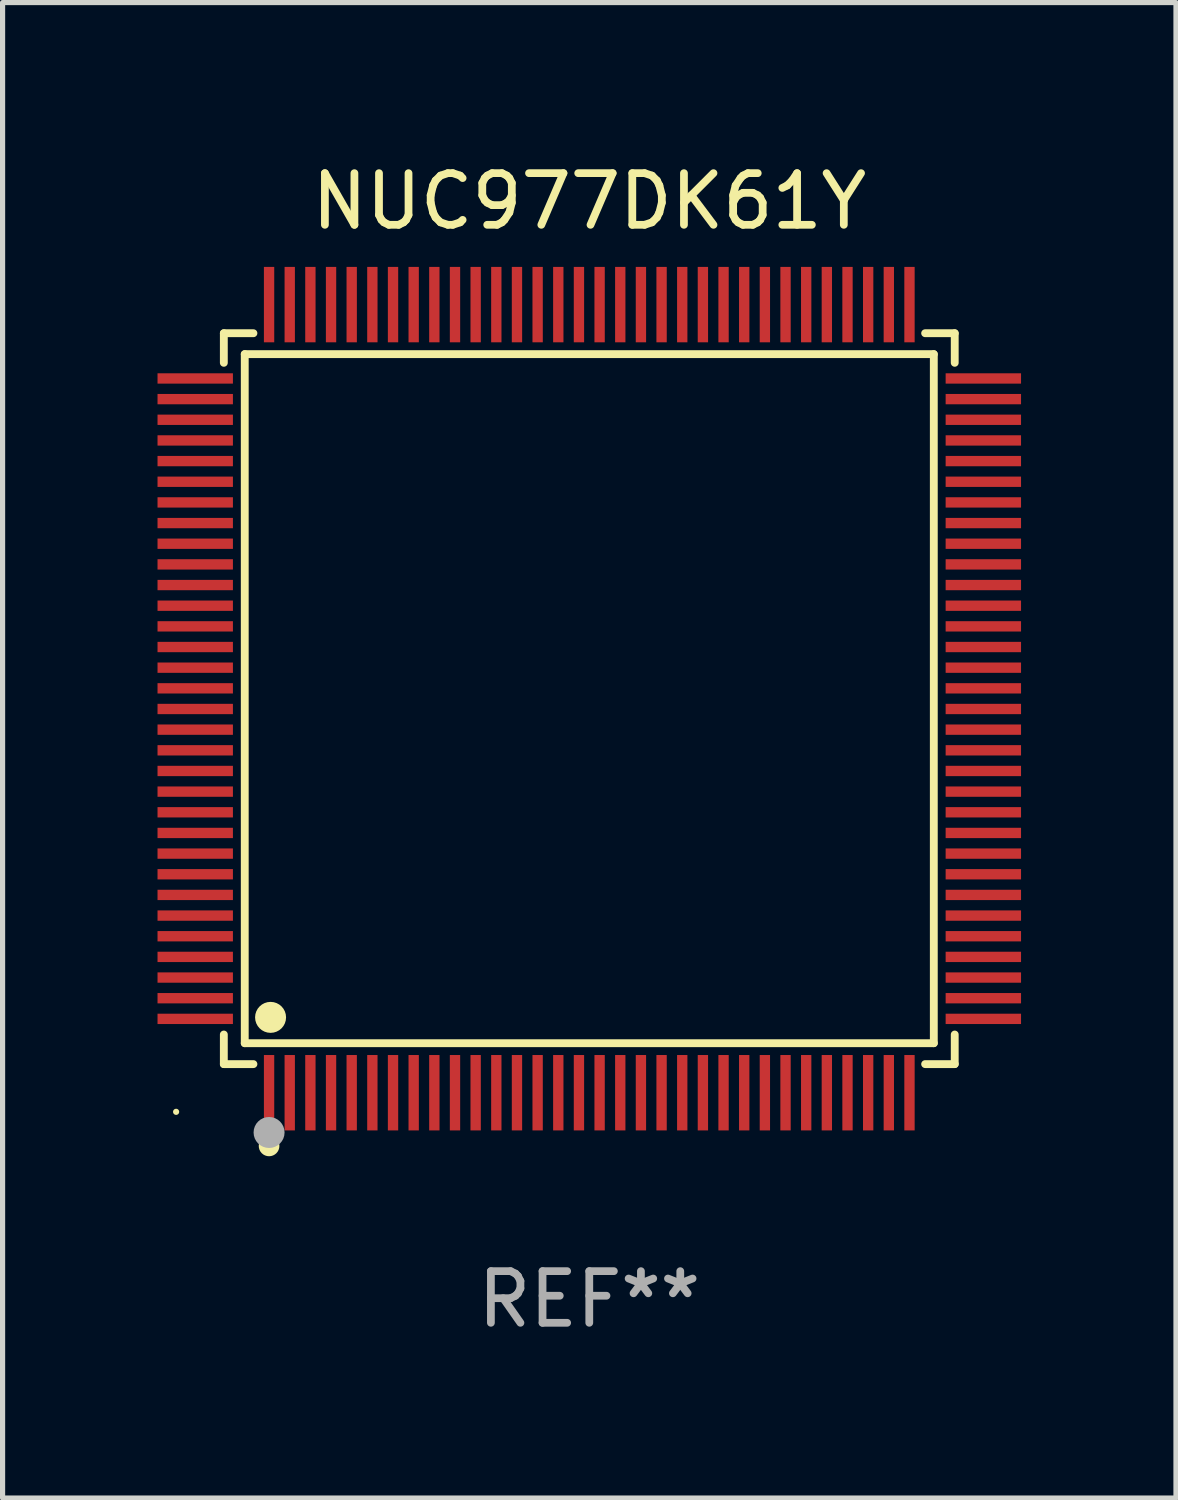
<source format=kicad_pcb>
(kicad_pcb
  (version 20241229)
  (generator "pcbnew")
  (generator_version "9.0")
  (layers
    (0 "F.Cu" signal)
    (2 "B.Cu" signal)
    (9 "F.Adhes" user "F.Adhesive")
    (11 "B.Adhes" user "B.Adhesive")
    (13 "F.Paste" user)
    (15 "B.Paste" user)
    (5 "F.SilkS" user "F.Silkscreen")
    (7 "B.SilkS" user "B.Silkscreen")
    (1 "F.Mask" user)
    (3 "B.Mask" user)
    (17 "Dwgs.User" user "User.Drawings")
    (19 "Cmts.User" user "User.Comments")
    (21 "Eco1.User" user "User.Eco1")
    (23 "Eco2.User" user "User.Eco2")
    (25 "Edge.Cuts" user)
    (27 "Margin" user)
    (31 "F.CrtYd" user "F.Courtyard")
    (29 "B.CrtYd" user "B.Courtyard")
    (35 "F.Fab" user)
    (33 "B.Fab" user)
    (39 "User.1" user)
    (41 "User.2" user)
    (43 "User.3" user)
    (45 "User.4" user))
  (footprint "NUC977DK61Y"
    (layer "F.Cu")
    (at 8.36 10.478)
    (property "Reference" "NUC977DK61Y" (at 0 -9.63 0) (layer "F.SilkS") (effects (font (size 1 1) (thickness 0.15))))
    (attr through_hole)
    (fp_line (start -7.076 -7.076) (end -6.503 -7.076) (stroke (width 0.152) (type solid)) (layer "F.SilkS"))
    (fp_line (start -7.076 -6.503) (end -7.076 -7.076) (stroke (width 0.152) (type solid)) (layer "F.SilkS"))
    (fp_line (start -7.076 6.503) (end -7.076 7.076) (stroke (width 0.152) (type solid)) (layer "F.SilkS"))
    (fp_line (start -7.076 7.076) (end -6.503 7.076) (stroke (width 0.152) (type solid)) (layer "F.SilkS"))
    (fp_line (start -6.671 -6.671) (end 6.671 -6.671) (stroke (width 0.152) (type solid)) (layer "F.SilkS"))
    (fp_line (start -6.671 6.671) (end -6.671 -6.671) (stroke (width 0.152) (type solid)) (layer "F.SilkS"))
    (fp_line (start 6.671 -6.671) (end 6.671 6.671) (stroke (width 0.152) (type solid)) (layer "F.SilkS"))
    (fp_line (start 6.671 6.671) (end -6.671 6.671) (stroke (width 0.152) (type solid)) (layer "F.SilkS"))
    (fp_line (start 7.076 -7.076) (end 6.503 -7.076) (stroke (width 0.152) (type solid)) (layer "F.SilkS"))
    (fp_line (start 7.076 -6.503) (end 7.076 -7.076) (stroke (width 0.152) (type solid)) (layer "F.SilkS"))
    (fp_line (start 7.076 6.503) (end 7.076 7.076) (stroke (width 0.152) (type solid)) (layer "F.SilkS"))
    (fp_line (start 7.076 7.076) (end 6.503 7.076) (stroke (width 0.152) (type solid)) (layer "F.SilkS"))
    (fp_circle (center -8 8) (end -7.97 8) (stroke (width 0.06) (type solid)) (fill no) (layer "F.SilkS"))
    (fp_circle (center -6.2 8.66) (end -6.1 8.66) (stroke (width 0.2) (type solid)) (fill no) (layer "F.SilkS"))
    (fp_circle (center -6.171 6.171) (end -6.021 6.171) (stroke (width 0.3) (type solid)) (fill no) (layer "F.SilkS"))
    (fp_circle (center -6.2 8.4) (end -6.05 8.4) (stroke (width 0.3) (type solid)) (fill no) (layer "F.Fab"))
    (fp_text user "REF**" (at 0 11.63 0) (layer "F.Fab") (effects (font (size 1 1) (thickness 0.15))))
    (pad "1" smd rect (at -6.2 7.63) (size 0.2 1.46) (layers "F.Cu" "F.Mask" "F.Paste"))
    (pad "2" smd rect (at -5.8 7.63) (size 0.2 1.46) (layers "F.Cu" "F.Mask" "F.Paste"))
    (pad "3" smd rect (at -5.4 7.63) (size 0.2 1.46) (layers "F.Cu" "F.Mask" "F.Paste"))
    (pad "4" smd rect (at -5 7.63) (size 0.2 1.46) (layers "F.Cu" "F.Mask" "F.Paste"))
    (pad "5" smd rect (at -4.6 7.63) (size 0.2 1.46) (layers "F.Cu" "F.Mask" "F.Paste"))
    (pad "6" smd rect (at -4.2 7.63) (size 0.2 1.46) (layers "F.Cu" "F.Mask" "F.Paste"))
    (pad "7" smd rect (at -3.8 7.63) (size 0.2 1.46) (layers "F.Cu" "F.Mask" "F.Paste"))
    (pad "8" smd rect (at -3.4 7.63) (size 0.2 1.46) (layers "F.Cu" "F.Mask" "F.Paste"))
    (pad "9" smd rect (at -3 7.63) (size 0.2 1.46) (layers "F.Cu" "F.Mask" "F.Paste"))
    (pad "10" smd rect (at -2.6 7.63) (size 0.2 1.46) (layers "F.Cu" "F.Mask" "F.Paste"))
    (pad "11" smd rect (at -2.2 7.63) (size 0.2 1.46) (layers "F.Cu" "F.Mask" "F.Paste"))
    (pad "12" smd rect (at -1.8 7.63) (size 0.2 1.46) (layers "F.Cu" "F.Mask" "F.Paste"))
    (pad "13" smd rect (at -1.4 7.63) (size 0.2 1.46) (layers "F.Cu" "F.Mask" "F.Paste"))
    (pad "14" smd rect (at -1 7.63) (size 0.2 1.46) (layers "F.Cu" "F.Mask" "F.Paste"))
    (pad "15" smd rect (at -0.6 7.63) (size 0.2 1.46) (layers "F.Cu" "F.Mask" "F.Paste"))
    (pad "16" smd rect (at -0.2 7.63) (size 0.2 1.46) (layers "F.Cu" "F.Mask" "F.Paste"))
    (pad "17" smd rect (at 0.2 7.63) (size 0.2 1.46) (layers "F.Cu" "F.Mask" "F.Paste"))
    (pad "18" smd rect (at 0.6 7.63) (size 0.2 1.46) (layers "F.Cu" "F.Mask" "F.Paste"))
    (pad "19" smd rect (at 1 7.63) (size 0.2 1.46) (layers "F.Cu" "F.Mask" "F.Paste"))
    (pad "20" smd rect (at 1.4 7.63) (size 0.2 1.46) (layers "F.Cu" "F.Mask" "F.Paste"))
    (pad "21" smd rect (at 1.8 7.63) (size 0.2 1.46) (layers "F.Cu" "F.Mask" "F.Paste"))
    (pad "22" smd rect (at 2.2 7.63) (size 0.2 1.46) (layers "F.Cu" "F.Mask" "F.Paste"))
    (pad "23" smd rect (at 2.6 7.63) (size 0.2 1.46) (layers "F.Cu" "F.Mask" "F.Paste"))
    (pad "24" smd rect (at 3 7.63) (size 0.2 1.46) (layers "F.Cu" "F.Mask" "F.Paste"))
    (pad "25" smd rect (at 3.4 7.63) (size 0.2 1.46) (layers "F.Cu" "F.Mask" "F.Paste"))
    (pad "26" smd rect (at 3.8 7.63) (size 0.2 1.46) (layers "F.Cu" "F.Mask" "F.Paste"))
    (pad "27" smd rect (at 4.2 7.63) (size 0.2 1.46) (layers "F.Cu" "F.Mask" "F.Paste"))
    (pad "28" smd rect (at 4.6 7.63) (size 0.2 1.46) (layers "F.Cu" "F.Mask" "F.Paste"))
    (pad "29" smd rect (at 5 7.63) (size 0.2 1.46) (layers "F.Cu" "F.Mask" "F.Paste"))
    (pad "30" smd rect (at 5.4 7.63) (size 0.2 1.46) (layers "F.Cu" "F.Mask" "F.Paste"))
    (pad "31" smd rect (at 5.8 7.63) (size 0.2 1.46) (layers "F.Cu" "F.Mask" "F.Paste"))
    (pad "32" smd rect (at 6.2 7.63) (size 0.2 1.46) (layers "F.Cu" "F.Mask" "F.Paste"))
    (pad "33" smd rect (at 7.63 6.2) (size 1.46 0.2) (layers "F.Cu" "F.Mask" "F.Paste"))
    (pad "34" smd rect (at 7.63 5.8) (size 1.46 0.2) (layers "F.Cu" "F.Mask" "F.Paste"))
    (pad "35" smd rect (at 7.63 5.4) (size 1.46 0.2) (layers "F.Cu" "F.Mask" "F.Paste"))
    (pad "36" smd rect (at 7.63 5) (size 1.46 0.2) (layers "F.Cu" "F.Mask" "F.Paste"))
    (pad "37" smd rect (at 7.63 4.6) (size 1.46 0.2) (layers "F.Cu" "F.Mask" "F.Paste"))
    (pad "38" smd rect (at 7.63 4.2) (size 1.46 0.2) (layers "F.Cu" "F.Mask" "F.Paste"))
    (pad "39" smd rect (at 7.63 3.8) (size 1.46 0.2) (layers "F.Cu" "F.Mask" "F.Paste"))
    (pad "40" smd rect (at 7.63 3.4) (size 1.46 0.2) (layers "F.Cu" "F.Mask" "F.Paste"))
    (pad "41" smd rect (at 7.63 3) (size 1.46 0.2) (layers "F.Cu" "F.Mask" "F.Paste"))
    (pad "42" smd rect (at 7.63 2.6) (size 1.46 0.2) (layers "F.Cu" "F.Mask" "F.Paste"))
    (pad "43" smd rect (at 7.63 2.2) (size 1.46 0.2) (layers "F.Cu" "F.Mask" "F.Paste"))
    (pad "44" smd rect (at 7.63 1.8) (size 1.46 0.2) (layers "F.Cu" "F.Mask" "F.Paste"))
    (pad "45" smd rect (at 7.63 1.4) (size 1.46 0.2) (layers "F.Cu" "F.Mask" "F.Paste"))
    (pad "46" smd rect (at 7.63 1) (size 1.46 0.2) (layers "F.Cu" "F.Mask" "F.Paste"))
    (pad "47" smd rect (at 7.63 0.6) (size 1.46 0.2) (layers "F.Cu" "F.Mask" "F.Paste"))
    (pad "48" smd rect (at 7.63 0.2) (size 1.46 0.2) (layers "F.Cu" "F.Mask" "F.Paste"))
    (pad "49" smd rect (at 7.63 -0.2) (size 1.46 0.2) (layers "F.Cu" "F.Mask" "F.Paste"))
    (pad "50" smd rect (at 7.63 -0.6) (size 1.46 0.2) (layers "F.Cu" "F.Mask" "F.Paste"))
    (pad "51" smd rect (at 7.63 -1) (size 1.46 0.2) (layers "F.Cu" "F.Mask" "F.Paste"))
    (pad "52" smd rect (at 7.63 -1.4) (size 1.46 0.2) (layers "F.Cu" "F.Mask" "F.Paste"))
    (pad "53" smd rect (at 7.63 -1.8) (size 1.46 0.2) (layers "F.Cu" "F.Mask" "F.Paste"))
    (pad "54" smd rect (at 7.63 -2.2) (size 1.46 0.2) (layers "F.Cu" "F.Mask" "F.Paste"))
    (pad "55" smd rect (at 7.63 -2.6) (size 1.46 0.2) (layers "F.Cu" "F.Mask" "F.Paste"))
    (pad "56" smd rect (at 7.63 -3) (size 1.46 0.2) (layers "F.Cu" "F.Mask" "F.Paste"))
    (pad "57" smd rect (at 7.63 -3.4) (size 1.46 0.2) (layers "F.Cu" "F.Mask" "F.Paste"))
    (pad "58" smd rect (at 7.63 -3.8) (size 1.46 0.2) (layers "F.Cu" "F.Mask" "F.Paste"))
    (pad "59" smd rect (at 7.63 -4.2) (size 1.46 0.2) (layers "F.Cu" "F.Mask" "F.Paste"))
    (pad "60" smd rect (at 7.63 -4.6) (size 1.46 0.2) (layers "F.Cu" "F.Mask" "F.Paste"))
    (pad "61" smd rect (at 7.63 -5) (size 1.46 0.2) (layers "F.Cu" "F.Mask" "F.Paste"))
    (pad "62" smd rect (at 7.63 -5.4) (size 1.46 0.2) (layers "F.Cu" "F.Mask" "F.Paste"))
    (pad "63" smd rect (at 7.63 -5.8) (size 1.46 0.2) (layers "F.Cu" "F.Mask" "F.Paste"))
    (pad "64" smd rect (at 7.63 -6.2) (size 1.46 0.2) (layers "F.Cu" "F.Mask" "F.Paste"))
    (pad "65" smd rect (at 6.2 -7.63) (size 0.2 1.46) (layers "F.Cu" "F.Mask" "F.Paste"))
    (pad "66" smd rect (at 5.8 -7.63) (size 0.2 1.46) (layers "F.Cu" "F.Mask" "F.Paste"))
    (pad "67" smd rect (at 5.4 -7.63) (size 0.2 1.46) (layers "F.Cu" "F.Mask" "F.Paste"))
    (pad "68" smd rect (at 5 -7.63) (size 0.2 1.46) (layers "F.Cu" "F.Mask" "F.Paste"))
    (pad "69" smd rect (at 4.6 -7.63) (size 0.2 1.46) (layers "F.Cu" "F.Mask" "F.Paste"))
    (pad "70" smd rect (at 4.2 -7.63) (size 0.2 1.46) (layers "F.Cu" "F.Mask" "F.Paste"))
    (pad "71" smd rect (at 3.8 -7.63) (size 0.2 1.46) (layers "F.Cu" "F.Mask" "F.Paste"))
    (pad "72" smd rect (at 3.4 -7.63) (size 0.2 1.46) (layers "F.Cu" "F.Mask" "F.Paste"))
    (pad "73" smd rect (at 3 -7.63) (size 0.2 1.46) (layers "F.Cu" "F.Mask" "F.Paste"))
    (pad "74" smd rect (at 2.6 -7.63) (size 0.2 1.46) (layers "F.Cu" "F.Mask" "F.Paste"))
    (pad "75" smd rect (at 2.2 -7.63) (size 0.2 1.46) (layers "F.Cu" "F.Mask" "F.Paste"))
    (pad "76" smd rect (at 1.8 -7.63) (size 0.2 1.46) (layers "F.Cu" "F.Mask" "F.Paste"))
    (pad "77" smd rect (at 1.4 -7.63) (size 0.2 1.46) (layers "F.Cu" "F.Mask" "F.Paste"))
    (pad "78" smd rect (at 1 -7.63) (size 0.2 1.46) (layers "F.Cu" "F.Mask" "F.Paste"))
    (pad "79" smd rect (at 0.6 -7.63) (size 0.2 1.46) (layers "F.Cu" "F.Mask" "F.Paste"))
    (pad "80" smd rect (at 0.2 -7.63) (size 0.2 1.46) (layers "F.Cu" "F.Mask" "F.Paste"))
    (pad "81" smd rect (at -0.2 -7.63) (size 0.2 1.46) (layers "F.Cu" "F.Mask" "F.Paste"))
    (pad "82" smd rect (at -0.6 -7.63) (size 0.2 1.46) (layers "F.Cu" "F.Mask" "F.Paste"))
    (pad "83" smd rect (at -1 -7.63) (size 0.2 1.46) (layers "F.Cu" "F.Mask" "F.Paste"))
    (pad "84" smd rect (at -1.4 -7.63) (size 0.2 1.46) (layers "F.Cu" "F.Mask" "F.Paste"))
    (pad "85" smd rect (at -1.8 -7.63) (size 0.2 1.46) (layers "F.Cu" "F.Mask" "F.Paste"))
    (pad "86" smd rect (at -2.2 -7.63) (size 0.2 1.46) (layers "F.Cu" "F.Mask" "F.Paste"))
    (pad "87" smd rect (at -2.6 -7.63) (size 0.2 1.46) (layers "F.Cu" "F.Mask" "F.Paste"))
    (pad "88" smd rect (at -3 -7.63) (size 0.2 1.46) (layers "F.Cu" "F.Mask" "F.Paste"))
    (pad "89" smd rect (at -3.4 -7.63) (size 0.2 1.46) (layers "F.Cu" "F.Mask" "F.Paste"))
    (pad "90" smd rect (at -3.8 -7.63) (size 0.2 1.46) (layers "F.Cu" "F.Mask" "F.Paste"))
    (pad "91" smd rect (at -4.2 -7.63) (size 0.2 1.46) (layers "F.Cu" "F.Mask" "F.Paste"))
    (pad "92" smd rect (at -4.6 -7.63) (size 0.2 1.46) (layers "F.Cu" "F.Mask" "F.Paste"))
    (pad "93" smd rect (at -5 -7.63) (size 0.2 1.46) (layers "F.Cu" "F.Mask" "F.Paste"))
    (pad "94" smd rect (at -5.4 -7.63) (size 0.2 1.46) (layers "F.Cu" "F.Mask" "F.Paste"))
    (pad "95" smd rect (at -5.8 -7.63) (size 0.2 1.46) (layers "F.Cu" "F.Mask" "F.Paste"))
    (pad "96" smd rect (at -6.2 -7.63) (size 0.2 1.46) (layers "F.Cu" "F.Mask" "F.Paste"))
    (pad "97" smd rect (at -7.63 -6.2) (size 1.46 0.2) (layers "F.Cu" "F.Mask" "F.Paste"))
    (pad "98" smd rect (at -7.63 -5.8) (size 1.46 0.2) (layers "F.Cu" "F.Mask" "F.Paste"))
    (pad "99" smd rect (at -7.63 -5.4) (size 1.46 0.2) (layers "F.Cu" "F.Mask" "F.Paste"))
    (pad "100" smd rect (at -7.63 -5) (size 1.46 0.2) (layers "F.Cu" "F.Mask" "F.Paste"))
    (pad "101" smd rect (at -7.63 -4.6) (size 1.46 0.2) (layers "F.Cu" "F.Mask" "F.Paste"))
    (pad "102" smd rect (at -7.63 -4.2) (size 1.46 0.2) (layers "F.Cu" "F.Mask" "F.Paste"))
    (pad "103" smd rect (at -7.63 -3.8) (size 1.46 0.2) (layers "F.Cu" "F.Mask" "F.Paste"))
    (pad "104" smd rect (at -7.63 -3.4) (size 1.46 0.2) (layers "F.Cu" "F.Mask" "F.Paste"))
    (pad "105" smd rect (at -7.63 -3) (size 1.46 0.2) (layers "F.Cu" "F.Mask" "F.Paste"))
    (pad "106" smd rect (at -7.63 -2.6) (size 1.46 0.2) (layers "F.Cu" "F.Mask" "F.Paste"))
    (pad "107" smd rect (at -7.63 -2.2) (size 1.46 0.2) (layers "F.Cu" "F.Mask" "F.Paste"))
    (pad "108" smd rect (at -7.63 -1.8) (size 1.46 0.2) (layers "F.Cu" "F.Mask" "F.Paste"))
    (pad "109" smd rect (at -7.63 -1.4) (size 1.46 0.2) (layers "F.Cu" "F.Mask" "F.Paste"))
    (pad "110" smd rect (at -7.63 -1) (size 1.46 0.2) (layers "F.Cu" "F.Mask" "F.Paste"))
    (pad "111" smd rect (at -7.63 -0.6) (size 1.46 0.2) (layers "F.Cu" "F.Mask" "F.Paste"))
    (pad "112" smd rect (at -7.63 -0.2) (size 1.46 0.2) (layers "F.Cu" "F.Mask" "F.Paste"))
    (pad "113" smd rect (at -7.63 0.2) (size 1.46 0.2) (layers "F.Cu" "F.Mask" "F.Paste"))
    (pad "114" smd rect (at -7.63 0.6) (size 1.46 0.2) (layers "F.Cu" "F.Mask" "F.Paste"))
    (pad "115" smd rect (at -7.63 1) (size 1.46 0.2) (layers "F.Cu" "F.Mask" "F.Paste"))
    (pad "116" smd rect (at -7.63 1.4) (size 1.46 0.2) (layers "F.Cu" "F.Mask" "F.Paste"))
    (pad "117" smd rect (at -7.63 1.8) (size 1.46 0.2) (layers "F.Cu" "F.Mask" "F.Paste"))
    (pad "118" smd rect (at -7.63 2.2) (size 1.46 0.2) (layers "F.Cu" "F.Mask" "F.Paste"))
    (pad "119" smd rect (at -7.63 2.6) (size 1.46 0.2) (layers "F.Cu" "F.Mask" "F.Paste"))
    (pad "120" smd rect (at -7.63 3) (size 1.46 0.2) (layers "F.Cu" "F.Mask" "F.Paste"))
    (pad "121" smd rect (at -7.63 3.4) (size 1.46 0.2) (layers "F.Cu" "F.Mask" "F.Paste"))
    (pad "122" smd rect (at -7.63 3.8) (size 1.46 0.2) (layers "F.Cu" "F.Mask" "F.Paste"))
    (pad "123" smd rect (at -7.63 4.2) (size 1.46 0.2) (layers "F.Cu" "F.Mask" "F.Paste"))
    (pad "124" smd rect (at -7.63 4.6) (size 1.46 0.2) (layers "F.Cu" "F.Mask" "F.Paste"))
    (pad "125" smd rect (at -7.63 5) (size 1.46 0.2) (layers "F.Cu" "F.Mask" "F.Paste"))
    (pad "126" smd rect (at -7.63 5.4) (size 1.46 0.2) (layers "F.Cu" "F.Mask" "F.Paste"))
    (pad "127" smd rect (at -7.63 5.8) (size 1.46 0.2) (layers "F.Cu" "F.Mask" "F.Paste"))
    (pad "128" smd rect (at -7.63 6.2) (size 1.46 0.2) (layers "F.Cu" "F.Mask" "F.Paste")))
  (gr_rect
    (start -3 -3)
    (end 19.72 25.956)
    (stroke (width 0.1) (type default))
    (fill no)
    (layer "Edge.Cuts")))
</source>
